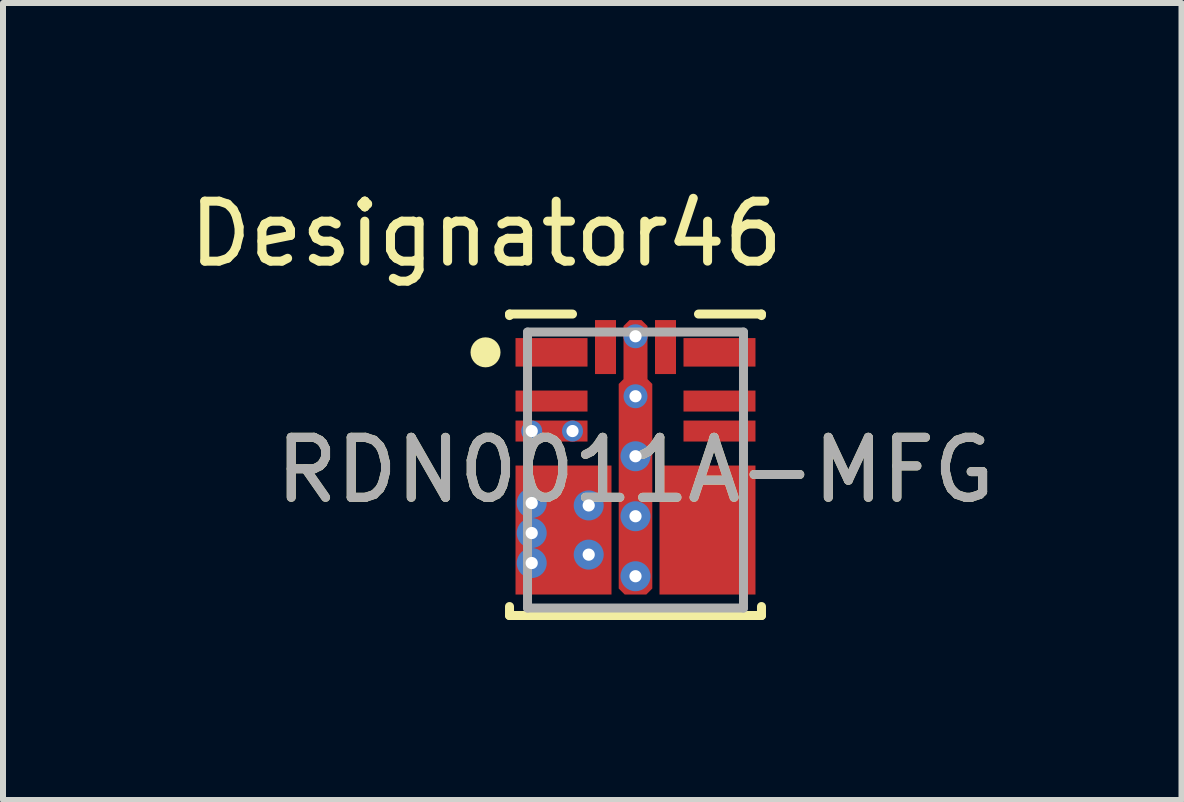
<source format=kicad_pcb>
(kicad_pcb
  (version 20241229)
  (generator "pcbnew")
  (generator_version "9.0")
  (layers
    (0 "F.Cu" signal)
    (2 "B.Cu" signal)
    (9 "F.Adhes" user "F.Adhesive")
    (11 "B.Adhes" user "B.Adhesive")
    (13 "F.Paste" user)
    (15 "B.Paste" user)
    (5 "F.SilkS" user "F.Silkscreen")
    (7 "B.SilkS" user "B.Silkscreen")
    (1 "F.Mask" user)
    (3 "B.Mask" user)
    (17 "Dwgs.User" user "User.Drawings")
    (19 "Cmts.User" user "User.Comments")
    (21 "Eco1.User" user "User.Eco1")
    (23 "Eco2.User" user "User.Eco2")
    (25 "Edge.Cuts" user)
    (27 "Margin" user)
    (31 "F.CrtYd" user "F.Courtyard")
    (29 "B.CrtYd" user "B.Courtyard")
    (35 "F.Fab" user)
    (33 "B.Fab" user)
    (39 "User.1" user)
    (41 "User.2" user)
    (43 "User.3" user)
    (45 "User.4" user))
  (footprint "RDN0011A-MFG"
    (layer "F.Cu")
    (at 7.543 4.785)
    (property "Reference" "RDN0011A-MFG" (at 0 0 0) (unlocked yes) (layer "F.SilkS") (effects (font (size 1 1) (thickness 0.15))))
    (attr through_hole)
    (fp_poly (pts (xy -0.2 -2.4) (xy -0.1 -2.5) (xy 0.1 -2.5) (xy 0.2 -2.4) (xy 0.2 -1.515) (xy 0.24 -1.475) (xy 0.24 -1.475) (xy 0.28 -1.435) (xy 0.28 1.975) (xy 0.18 2.075) (xy -0.18 2.075) (xy -0.28 1.975) (xy -0.28 -1.435) (xy -0.24 -1.475) (xy -0.24 -1.475) (xy -0.2 -1.515)) (stroke (width 0) (type solid)) (fill yes) (layer "F.Cu"))
    (fp_poly (pts (xy -1.95 -2.099) (xy -1.9 -2.15) (xy -0.9 -2.15) (xy -0.85 -2.099) (xy -0.85 -1.825) (xy -0.9 -1.774) (xy -1.9 -1.774) (xy -1.95 -1.825)) (stroke (width 0) (type solid)) (fill yes) (layer "F.Mask"))
    (fp_poly (pts (xy -1.9 -1.025) (xy -1.95 -1.075) (xy -1.95 -1.225) (xy -1.9 -1.275) (xy -0.9 -1.275) (xy -0.85 -1.225) (xy -0.85 -1.075) (xy -0.9 -1.025)) (stroke (width 0) (type solid)) (fill yes) (layer "F.Mask"))
    (fp_poly (pts (xy -0.9 -0.775) (xy -0.85 -0.725) (xy -0.85 -0.575) (xy -0.9 -0.525) (xy -1.9 -0.525) (xy -1.95 -0.575) (xy -1.95 -0.725) (xy -1.9 -0.775)) (stroke (width 0) (type solid)) (fill yes) (layer "F.Mask"))
    (fp_poly (pts (xy -0.425 -1.65) (xy -0.575 -1.65) (xy -0.625 -1.7) (xy -0.625 -2.4) (xy -0.575 -2.45) (xy -0.425 -2.45) (xy -0.375 -2.4) (xy -0.375 -1.7)) (stroke (width 0) (type solid)) (fill yes) (layer "F.Mask"))
    (fp_poly (pts (xy -0.15 -2.4) (xy -0.1 -2.45) (xy 0.1 -2.45) (xy 0.15 -2.4) (xy 0.15 -0.974) (xy 0.1 -0.924) (xy -0.1 -0.924) (xy -0.15 -0.974)) (stroke (width 0) (type solid)) (fill yes) (layer "F.Mask"))
    (fp_poly (pts (xy 0.575 -1.65) (xy 0.425 -1.65) (xy 0.375 -1.7) (xy 0.375 -2.4) (xy 0.425 -2.45) (xy 0.575 -2.45) (xy 0.625 -2.4) (xy 0.625 -1.7)) (stroke (width 0) (type solid)) (fill yes) (layer "F.Mask"))
    (fp_poly (pts (xy 0.85 -1.075) (xy 0.85 -1.225) (xy 0.9 -1.275) (xy 1.9 -1.275) (xy 1.95 -1.225) (xy 1.95 -1.075) (xy 1.9 -1.025) (xy 0.9 -1.025)) (stroke (width 0) (type solid)) (fill yes) (layer "F.Mask"))
    (fp_poly (pts (xy 0.85 -0.725) (xy 0.9 -0.775) (xy 1.9 -0.775) (xy 1.95 -0.725) (xy 1.95 -0.575) (xy 1.9 -0.525) (xy 0.9 -0.525) (xy 0.85 -0.575)) (stroke (width 0) (type solid)) (fill yes) (layer "F.Mask"))
    (fp_poly (pts (xy 1.95 -2.099) (xy 1.95 -1.825) (xy 1.9 -1.774) (xy 0.9 -1.774) (xy 0.85 -1.825) (xy 0.85 -2.099) (xy 0.9 -2.15) (xy 1.9 -2.15)) (stroke (width 0) (type solid)) (fill yes) (layer "F.Mask"))
    (fp_poly (pts (xy -0.5 2.025) (xy -0.45 1.975) (xy -0.45 0.025) (xy -0.5 -0.025) (xy -1.525 -0.025) (xy -1.575 0.025) (xy -1.575 0.125) (xy -1.625 0.175) (xy -1.9 0.175) (xy -1.95 0.225) (xy -1.95 0.375) (xy -1.9 0.425) (xy -1.625 0.425) (xy -1.575 0.475) (xy -1.575 0.625) (xy -1.625 0.675) (xy -1.9 0.675) (xy -1.95 0.725) (xy -1.95 0.875) (xy -1.9 0.925) (xy -1.625 0.925) (xy -1.575 0.975) (xy -1.575 1.125) (xy -1.625 1.175) (xy -1.9 1.175) (xy -1.95 1.225) (xy -1.95 1.375) (xy -1.9 1.425) (xy -1.625 1.425) (xy -1.575 1.475) (xy -1.575 1.625) (xy -1.625 1.675) (xy -1.9 1.675) (xy -1.95 1.725) (xy -1.95 1.875) (xy -1.9 1.925) (xy -1.625 1.925) (xy -1.575 1.975) (xy -1.575 1.975) (xy -1.525 2.025)) (stroke (width 0) (type solid)) (fill yes) (layer "F.Mask"))
    (fp_poly (pts (xy 0.5 2.025) (xy 0.45 1.975) (xy 0.45 0.025) (xy 0.5 -0.025) (xy 1.525 -0.025) (xy 1.575 0.025) (xy 1.575 0.125) (xy 1.625 0.175) (xy 1.9 0.175) (xy 1.95 0.225) (xy 1.95 0.375) (xy 1.9 0.425) (xy 1.625 0.425) (xy 1.575 0.475) (xy 1.575 0.625) (xy 1.625 0.675) (xy 1.9 0.675) (xy 1.95 0.725) (xy 1.95 0.875) (xy 1.9 0.925) (xy 1.625 0.925) (xy 1.575 0.975) (xy 1.575 1.125) (xy 1.625 1.175) (xy 1.9 1.175) (xy 1.95 1.225) (xy 1.95 1.375) (xy 1.9 1.425) (xy 1.625 1.425) (xy 1.575 1.475) (xy 1.575 1.625) (xy 1.625 1.675) (xy 1.9 1.675) (xy 1.95 1.725) (xy 1.95 1.875) (xy 1.9 1.925) (xy 1.625 1.925) (xy 1.575 1.975) (xy 1.575 1.975) (xy 1.525 2.025)) (stroke (width 0) (type solid)) (fill yes) (layer "F.Mask"))
    (fp_line (start -2.1 -2.6) (end -1.05 -2.6) (stroke (width 0.15) (type solid)) (layer "F.SilkS"))
    (fp_line (start -2.1 -2.575) (end -2.1 -2.6) (stroke (width 0.15) (type solid)) (layer "F.SilkS"))
    (fp_line (start -2.1 2.425) (end -2.1 2.275) (stroke (width 0.15) (type solid)) (layer "F.SilkS"))
    (fp_line (start -2.1 2.425) (end 2.1 2.425) (stroke (width 0.15) (type solid)) (layer "F.SilkS"))
    (fp_line (start 1.05 -2.6) (end 2.1 -2.6) (stroke (width 0.15) (type solid)) (layer "F.SilkS"))
    (fp_line (start 2.1 -2.575) (end 2.1 -2.6) (stroke (width 0.15) (type solid)) (layer "F.SilkS"))
    (fp_line (start 2.1 2.425) (end 2.1 2.275) (stroke (width 0.15) (type solid)) (layer "F.SilkS"))
    (fp_circle (center -2.5 -1.962) (end -2.375 -1.962) (stroke (width 0.25) (type solid)) (fill no) (layer "F.SilkS"))
    (fp_poly (pts (xy -1.95 -2.099) (xy -1.9 -2.15) (xy -0.9 -2.15) (xy -0.85 -2.099) (xy -0.85 -1.825) (xy -0.9 -1.774) (xy -1.9 -1.774) (xy -1.95 -1.825)) (stroke (width 0) (type solid)) (fill yes) (layer "F.Paste"))
    (fp_poly (pts (xy -1.9 -1.025) (xy -1.95 -1.075) (xy -1.95 -1.225) (xy -1.9 -1.275) (xy -0.9 -1.275) (xy -0.85 -1.225) (xy -0.85 -1.075) (xy -0.9 -1.025)) (stroke (width 0) (type solid)) (fill yes) (layer "F.Paste"))
    (fp_poly (pts (xy -1.575 0.225) (xy -1.575 0.375) (xy -1.625 0.425) (xy -1.9 0.425) (xy -1.95 0.375) (xy -1.95 0.225) (xy -1.9 0.175) (xy -1.625 0.175)) (stroke (width 0) (type solid)) (fill yes) (layer "F.Paste"))
    (fp_poly (pts (xy -1.575 0.725) (xy -1.575 0.875) (xy -1.625 0.925) (xy -1.9 0.925) (xy -1.95 0.875) (xy -1.95 0.725) (xy -1.9 0.675) (xy -1.625 0.675)) (stroke (width 0) (type solid)) (fill yes) (layer "F.Paste"))
    (fp_poly (pts (xy -1.575 1.225) (xy -1.575 1.375) (xy -1.625 1.425) (xy -1.9 1.425) (xy -1.95 1.375) (xy -1.95 1.225) (xy -1.9 1.175) (xy -1.625 1.175)) (stroke (width 0) (type solid)) (fill yes) (layer "F.Paste"))
    (fp_poly (pts (xy -1.575 1.725) (xy -1.575 1.875) (xy -1.625 1.925) (xy -1.9 1.925) (xy -1.95 1.875) (xy -1.95 1.725) (xy -1.9 1.675) (xy -1.625 1.675)) (stroke (width 0) (type solid)) (fill yes) (layer "F.Paste"))
    (fp_poly (pts (xy -1.38 0.443) (xy -1.38 0.028) (xy -1.33 -0.022) (xy -0.5 -0.022) (xy -0.45 0.028) (xy -0.45 0.443) (xy -0.5 0.493) (xy -1.33 0.493)) (stroke (width 0) (type solid)) (fill yes) (layer "F.Paste"))
    (fp_poly (pts (xy -1.33 1.31) (xy -1.38 1.26) (xy -1.38 0.74) (xy -1.33 0.69) (xy -0.5 0.69) (xy -0.45 0.74) (xy -0.45 1.26) (xy -0.5 1.31)) (stroke (width 0) (type solid)) (fill yes) (layer "F.Paste"))
    (fp_poly (pts (xy -1.33 1.512) (xy -0.5 1.512) (xy -0.45 1.562) (xy -0.45 1.977) (xy -0.5 2.027) (xy -1.33 2.027) (xy -1.38 1.977) (xy -1.38 1.562)) (stroke (width 0) (type solid)) (fill yes) (layer "F.Paste"))
    (fp_poly (pts (xy -0.9 -0.775) (xy -0.85 -0.725) (xy -0.85 -0.575) (xy -0.9 -0.525) (xy -1.9 -0.525) (xy -1.95 -0.575) (xy -1.95 -0.725) (xy -1.9 -0.775)) (stroke (width 0) (type solid)) (fill yes) (layer "F.Paste"))
    (fp_poly (pts (xy -0.425 -1.65) (xy -0.575 -1.65) (xy -0.625 -1.7) (xy -0.625 -2.4) (xy -0.575 -2.45) (xy -0.425 -2.45) (xy -0.375 -2.4) (xy -0.375 -1.7)) (stroke (width 0) (type solid)) (fill yes) (layer "F.Paste"))
    (fp_poly (pts (xy -0.15 -2.4) (xy -0.1 -2.45) (xy 0.1 -2.45) (xy 0.15 -2.4) (xy 0.15 -0.974) (xy 0.1 -0.924) (xy -0.1 -0.924) (xy -0.15 -0.974)) (stroke (width 0) (type solid)) (fill yes) (layer "F.Paste"))
    (fp_poly (pts (xy 0.45 1.26) (xy 0.45 0.74) (xy 0.5 0.69) (xy 1.33 0.69) (xy 1.38 0.74) (xy 1.38 1.26) (xy 1.33 1.31) (xy 0.5 1.31)) (stroke (width 0) (type solid)) (fill yes) (layer "F.Paste"))
    (fp_poly (pts (xy 0.575 -1.65) (xy 0.425 -1.65) (xy 0.375 -1.7) (xy 0.375 -2.4) (xy 0.425 -2.45) (xy 0.575 -2.45) (xy 0.625 -2.4) (xy 0.625 -1.7)) (stroke (width 0) (type solid)) (fill yes) (layer "F.Paste"))
    (fp_poly (pts (xy 0.85 -1.075) (xy 0.85 -1.225) (xy 0.9 -1.275) (xy 1.9 -1.275) (xy 1.95 -1.225) (xy 1.95 -1.075) (xy 1.9 -1.025) (xy 0.9 -1.025)) (stroke (width 0) (type solid)) (fill yes) (layer "F.Paste"))
    (fp_poly (pts (xy 0.85 -0.725) (xy 0.9 -0.775) (xy 1.9 -0.775) (xy 1.95 -0.725) (xy 1.95 -0.575) (xy 1.9 -0.525) (xy 0.9 -0.525) (xy 0.85 -0.575)) (stroke (width 0) (type solid)) (fill yes) (layer "F.Paste"))
    (fp_poly (pts (xy 1.33 0.493) (xy 0.5 0.493) (xy 0.45 0.443) (xy 0.45 0.028) (xy 0.5 -0.022) (xy 1.33 -0.022) (xy 1.38 0.028) (xy 1.38 0.443)) (stroke (width 0) (type solid)) (fill yes) (layer "F.Paste"))
    (fp_poly (pts (xy 1.38 1.562) (xy 1.38 1.977) (xy 1.33 2.027) (xy 0.5 2.027) (xy 0.45 1.977) (xy 0.45 1.562) (xy 0.5 1.512) (xy 1.33 1.512)) (stroke (width 0) (type solid)) (fill yes) (layer "F.Paste"))
    (fp_poly (pts (xy 1.95 0.225) (xy 1.95 0.375) (xy 1.9 0.425) (xy 1.625 0.425) (xy 1.575 0.375) (xy 1.575 0.225) (xy 1.625 0.175) (xy 1.9 0.175)) (stroke (width 0) (type solid)) (fill yes) (layer "F.Paste"))
    (fp_poly (pts (xy 1.95 0.725) (xy 1.95 0.875) (xy 1.9 0.925) (xy 1.625 0.925) (xy 1.575 0.875) (xy 1.575 0.725) (xy 1.625 0.675) (xy 1.9 0.675)) (stroke (width 0) (type solid)) (fill yes) (layer "F.Paste"))
    (fp_poly (pts (xy 1.95 1.225) (xy 1.95 1.375) (xy 1.9 1.425) (xy 1.625 1.425) (xy 1.575 1.375) (xy 1.575 1.225) (xy 1.625 1.175) (xy 1.9 1.175)) (stroke (width 0) (type solid)) (fill yes) (layer "F.Paste"))
    (fp_poly (pts (xy 1.95 1.725) (xy 1.95 1.875) (xy 1.9 1.925) (xy 1.625 1.925) (xy 1.575 1.875) (xy 1.575 1.725) (xy 1.625 1.675) (xy 1.9 1.675)) (stroke (width 0) (type solid)) (fill yes) (layer "F.Paste"))
    (fp_poly (pts (xy 1.95 -2.099) (xy 1.95 -1.825) (xy 1.9 -1.774) (xy 0.9 -1.774) (xy 0.85 -1.825) (xy 0.85 -2.099) (xy 0.9 -2.15) (xy 1.9 -2.15)) (stroke (width 0) (type solid)) (fill yes) (layer "F.Paste"))
    (fp_line (start -1.8 -2.3) (end 1.8 -2.3) (stroke (width 0.15) (type solid)) (layer "F.Fab"))
    (fp_line (start -1.8 2.3) (end -1.8 -2.3) (stroke (width 0.15) (type solid)) (layer "F.Fab"))
    (fp_line (start -1.8 2.3) (end 1.8 2.3) (stroke (width 0.15) (type solid)) (layer "F.Fab"))
    (fp_line (start 1.8 2.3) (end 1.8 -2.3) (stroke (width 0.15) (type solid)) (layer "F.Fab"))
    (fp_text user "Designator46" (at -2.489 -3.937 0) (unlocked yes) (layer "F.SilkS") (effects (font (size 1 1) (thickness 0.15))))
    (fp_text user "${REFERENCE}" (at 0 0 0) (unlocked yes) (layer "F.Fab") (effects (font (size 1 1) (thickness 0.15))))
    (pad "1" smd rect (at -1.4 -1.962) (size 1.2 0.475) (layers "F.Cu"))
    (pad "2" smd rect (at -1.4 -1.15) (size 1.2 0.35) (layers "F.Cu"))
    (pad "3" smd rect (at -1.4 -0.65) (size 1.2 0.35) (layers "F.Cu"))
    (pad "4" smd rect (at -1.2 1) (size 1.6 2.15) (layers "F.Cu"))
    (pad "5" smd rect (at 1.2 1) (size 1.6 2.15) (layers "F.Cu"))
    (pad "6" smd rect (at 1.4 -0.65) (size 1.2 0.35) (layers "F.Cu"))
    (pad "7" smd rect (at 1.4 -1.15) (size 1.2 0.35) (layers "F.Cu"))
    (pad "8" smd rect (at 1.4 -1.962) (size 1.2 0.475) (layers "F.Cu"))
    (pad "9" smd rect (at 0.5 -2.05) (size 0.35 0.9) (layers "F.Cu"))
    (pad "10" smd circle (at 0 -1.005) (size 0.504 0.504) (layers "F.Cu"))
    (pad "11" smd rect (at -0.5 -2.05) (size 0.35 0.9) (layers "F.Cu"))
    (pad "12" thru_hole circle (at -1.05 -0.65) (size 0.35 0.35) (drill 0.203) (layers "*.Cu" "*.Mask"))
    (pad "13" thru_hole circle (at -1.73 -0.65) (size 0.35 0.35) (drill 0.203) (layers "*.Cu" "*.Mask"))
    (pad "14" thru_hole circle (at -0.78 1.41) (size 0.5 0.5) (drill 0.203) (layers "*.Cu" "*.Mask"))
    (pad "15" thru_hole circle (at -0.78 0.59) (size 0.5 0.5) (drill 0.203) (layers "*.Cu" "*.Mask"))
    (pad "16" thru_hole circle (at -1.73 1.55) (size 0.5 0.5) (drill 0.203) (layers "*.Cu" "*.Mask"))
    (pad "17" thru_hole circle (at -1.73 1.05) (size 0.5 0.5) (drill 0.203) (layers "*.Cu" "*.Mask"))
    (pad "18" thru_hole circle (at -1.73 0.55) (size 0.5 0.5) (drill 0.203) (layers "*.Cu" "*.Mask"))
    (pad "19" thru_hole circle (at 0 -2.23) (size 0.4 0.4) (drill 0.203) (layers "*.Cu" "*.Mask"))
    (pad "20" thru_hole circle (at 0 -1.23) (size 0.4 0.4) (drill 0.203) (layers "*.Cu" "*.Mask"))
    (pad "21" thru_hole circle (at 0 -0.23) (size 0.5 0.5) (drill 0.203) (layers "*.Cu" "*.Mask"))
    (pad "22" thru_hole circle (at 0 0.77) (size 0.5 0.5) (drill 0.203) (layers "*.Cu" "*.Mask"))
    (pad "23" thru_hole circle (at 0 1.77) (size 0.5 0.5) (drill 0.203) (layers "*.Cu" "*.Mask")))
  (gr_rect
    (start -3 -3)
    (end 16.644 10.285)
    (stroke (width 0.1) (type default))
    (fill no)
    (layer "Edge.Cuts")))
</source>
